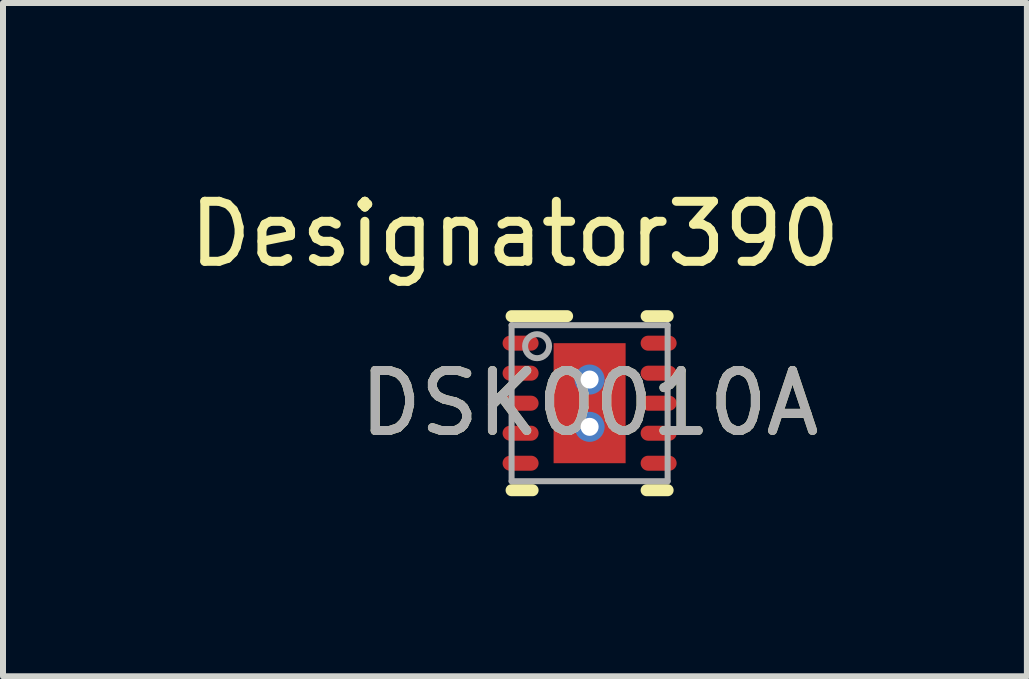
<source format=kicad_pcb>
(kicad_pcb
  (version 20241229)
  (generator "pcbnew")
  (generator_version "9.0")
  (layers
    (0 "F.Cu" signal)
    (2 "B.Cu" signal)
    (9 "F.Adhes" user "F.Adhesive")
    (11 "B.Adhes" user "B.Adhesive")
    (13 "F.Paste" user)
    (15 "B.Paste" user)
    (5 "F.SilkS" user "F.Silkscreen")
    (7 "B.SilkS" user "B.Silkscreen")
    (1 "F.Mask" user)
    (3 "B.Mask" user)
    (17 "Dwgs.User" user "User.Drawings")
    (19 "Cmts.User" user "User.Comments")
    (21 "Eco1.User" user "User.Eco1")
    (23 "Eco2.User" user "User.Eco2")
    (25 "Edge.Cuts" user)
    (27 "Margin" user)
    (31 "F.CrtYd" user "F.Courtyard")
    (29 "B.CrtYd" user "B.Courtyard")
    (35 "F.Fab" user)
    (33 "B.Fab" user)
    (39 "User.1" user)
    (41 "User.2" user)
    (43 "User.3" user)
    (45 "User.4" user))
  (footprint "DSK0010A"
    (layer "F.Cu")
    (at 6.774 3.668)
    (property "Reference" "DSK0010A" (at 0 0 0) (unlocked yes) (layer "F.SilkS") (effects (font (size 1 1) (thickness 0.15))))
    (attr smd)
    (fp_poly (pts (xy -0.663 -0.594) (xy -0.663 -1.064) (xy 0.663 -1.064) (xy 0.663 -0.594)) (stroke (width 0) (type solid)) (fill yes) (layer "F.Mask"))
    (fp_poly (pts (xy -0.663 0.194) (xy -0.663 -0.194) (xy 0.663 -0.194) (xy 0.663 0.194)) (stroke (width 0) (type solid)) (fill yes) (layer "F.Mask"))
    (fp_poly (pts (xy -0.663 1.064) (xy -0.663 -1.064) (xy -0.2 -1.064) (xy -0.2 1.064)) (stroke (width 0) (type solid)) (fill yes) (layer "F.Mask"))
    (fp_poly (pts (xy -0.663 1.064) (xy -0.663 0.594) (xy 0.663 0.594) (xy 0.663 1.064)) (stroke (width 0) (type solid)) (fill yes) (layer "F.Mask"))
    (fp_poly (pts (xy 0.2 1.064) (xy 0.2 -1.064) (xy 0.663 -1.064) (xy 0.663 1.064)) (stroke (width 0) (type solid)) (fill yes) (layer "F.Mask"))
    (fp_line (start -1.3 -1.45) (end -0.375 -1.45) (stroke (width 0.2) (type solid)) (layer "F.SilkS"))
    (fp_line (start -1.3 1.45) (end -0.95 1.45) (stroke (width 0.2) (type solid)) (layer "F.SilkS"))
    (fp_line (start 0.95 -1.45) (end 1.3 -1.45) (stroke (width 0.2) (type solid)) (layer "F.SilkS"))
    (fp_line (start 0.95 1.45) (end 1.3 1.45) (stroke (width 0.2) (type solid)) (layer "F.SilkS"))
    (fp_poly (pts (xy -0.563 0.894) (xy 0.563 0.894) (xy 0.563 -0.895) (xy -0.563 -0.895)) (stroke (width 0) (type solid)) (fill yes) (layer "F.Paste"))
    (fp_line (start -1.3 -1.3) (end 1.3 -1.3) (stroke (width 0.1) (type solid)) (layer "F.Fab"))
    (fp_line (start -1.3 1.3) (end -1.3 -1.3) (stroke (width 0.1) (type solid)) (layer "F.Fab"))
    (fp_line (start -1.3 1.3) (end 1.3 1.3) (stroke (width 0.1) (type solid)) (layer "F.Fab"))
    (fp_line (start 1.3 1.3) (end 1.3 -1.3) (stroke (width 0.1) (type solid)) (layer "F.Fab"))
    (fp_circle (center -0.875 -0.95) (end -0.675 -0.95) (stroke (width 0.1) (type solid)) (fill no) (layer "F.Fab"))
    (fp_text user "Designator390" (at -1.245 -2.819 0) (unlocked yes) (layer "F.SilkS") (effects (font (size 1 1) (thickness 0.15))))
    (fp_text user "${REFERENCE}" (at 0 0 0) (unlocked yes) (layer "F.Fab") (effects (font (size 1 1) (thickness 0.15))))
    (pad "1" smd oval (at -1.15 -1 90) (size 0.25 0.6) (layers "F.Cu" "F.Mask" "F.Paste"))
    (pad "2" smd oval (at -1.15 -0.5 90) (size 0.25 0.6) (layers "F.Cu" "F.Mask" "F.Paste"))
    (pad "3" smd oval (at -1.15 -0.000003 90) (size 0.25 0.6) (layers "F.Cu" "F.Mask" "F.Paste"))
    (pad "4" smd oval (at -1.15 0.5 90) (size 0.25 0.6) (layers "F.Cu" "F.Mask" "F.Paste"))
    (pad "5" smd oval (at -1.15 1 90) (size 0.25 0.6) (layers "F.Cu" "F.Mask" "F.Paste"))
    (pad "6" smd oval (at 1.15 1 90) (size 0.25 0.6) (layers "F.Cu" "F.Mask" "F.Paste"))
    (pad "7" smd oval (at 1.15 0.5 90) (size 0.25 0.6) (layers "F.Cu" "F.Mask" "F.Paste"))
    (pad "8" smd oval (at 1.15 -0.000003 90) (size 0.25 0.6) (layers "F.Cu" "F.Mask" "F.Paste"))
    (pad "9" smd oval (at 1.15 -0.5 90) (size 0.25 0.6) (layers "F.Cu" "F.Mask" "F.Paste"))
    (pad "10" smd oval (at 1.15 -1 90) (size 0.25 0.6) (layers "F.Cu" "F.Mask" "F.Paste"))
    (pad "11" thru_hole circle (at 0 -0.394) (size 0.5 0.5) (drill 0.3) (layers "*.Cu" "*.Mask"))
    (pad "11" smd rect (at 0 0) (size 1.2 2) (layers "F.Cu" "F.Mask" "F.Paste"))
    (pad "11" thru_hole circle (at 0 0.394) (size 0.5 0.5) (drill 0.3) (layers "*.Cu" "*.Mask")))
  (gr_rect
    (start -3 -3)
    (end 14.06 8.218)
    (stroke (width 0.1) (type default))
    (fill no)
    (layer "Edge.Cuts")))
</source>
